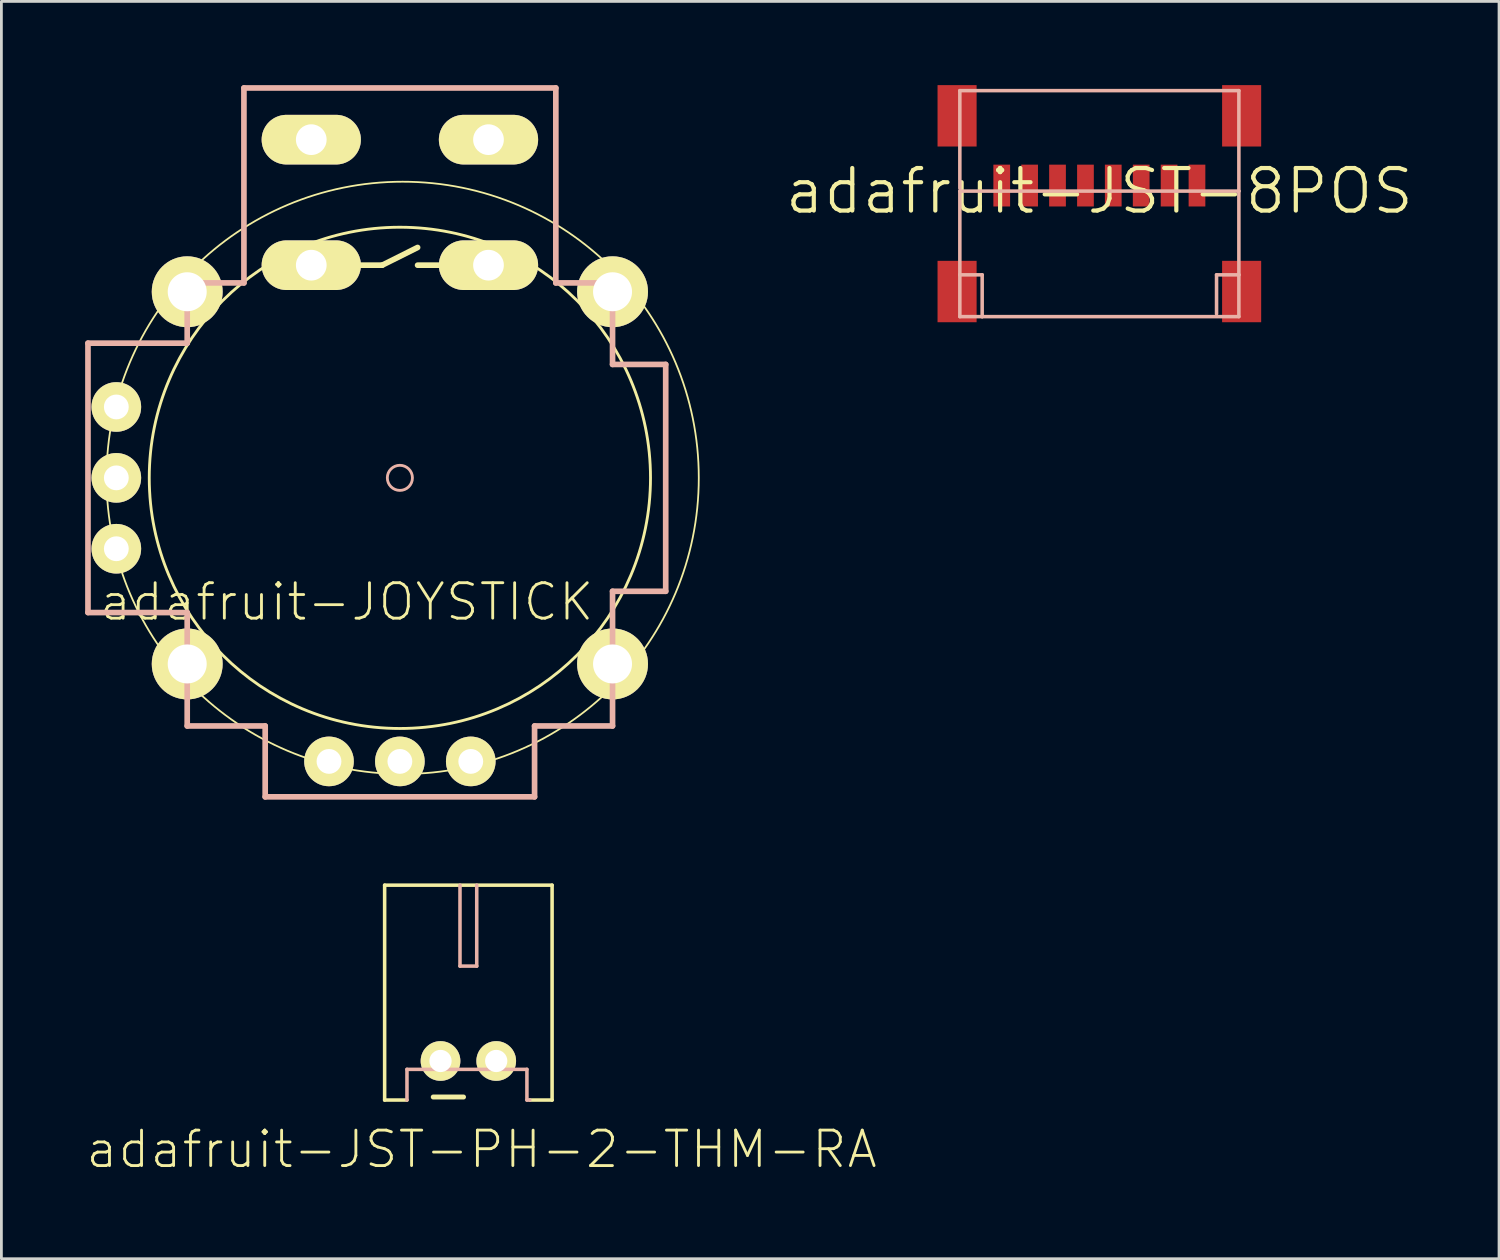
<source format=kicad_pcb>
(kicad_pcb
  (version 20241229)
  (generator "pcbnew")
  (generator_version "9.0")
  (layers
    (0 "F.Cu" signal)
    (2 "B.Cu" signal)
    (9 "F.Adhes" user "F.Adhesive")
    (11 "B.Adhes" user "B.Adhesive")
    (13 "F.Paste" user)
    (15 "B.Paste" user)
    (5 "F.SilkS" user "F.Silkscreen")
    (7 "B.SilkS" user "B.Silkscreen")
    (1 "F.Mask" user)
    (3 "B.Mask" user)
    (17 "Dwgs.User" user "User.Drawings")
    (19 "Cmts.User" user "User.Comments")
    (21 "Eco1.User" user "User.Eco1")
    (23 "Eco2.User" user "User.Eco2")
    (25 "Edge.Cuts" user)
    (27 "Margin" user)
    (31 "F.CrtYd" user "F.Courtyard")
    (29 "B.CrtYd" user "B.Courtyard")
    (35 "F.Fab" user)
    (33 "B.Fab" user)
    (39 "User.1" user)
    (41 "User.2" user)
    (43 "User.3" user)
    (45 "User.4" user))
  (footprint "adafruit-JST-PH-2-THM-RA"
    (layer "F.Cu")
    (at 13.732 34.966)
    (property "Reference" "adafruit-JST-PH-2-THM-RA" (at 0.475 3.165 0) (layer "F.SilkS") (effects (font (size 1.27 1.27) (thickness 0.102))))
    (attr exclude_from_pos_files exclude_from_bom)
    (fp_line (start -3 -6.299) (end 3 -6.299) (stroke (width 0.127) (type solid)) (layer "F.SilkS"))
    (fp_line (start -3 1.4) (end -3 -6.299) (stroke (width 0.127) (type solid)) (layer "F.SilkS"))
    (fp_line (start -2.2 1.4) (end -3 1.4) (stroke (width 0.127) (type solid)) (layer "F.SilkS"))
    (fp_line (start 3 -6.299) (end 3 1.4) (stroke (width 0.127) (type solid)) (layer "F.SilkS"))
    (fp_line (start 3 1.4) (end 2.2 1.4) (stroke (width 0.127) (type solid)) (layer "F.SilkS"))
    (fp_line (start -2.2 0.3) (end 2.098 0.3) (stroke (width 0.127) (type solid)) (layer "B.SilkS"))
    (fp_line (start -2.2 1.4) (end -2.2 0.3) (stroke (width 0.127) (type solid)) (layer "B.SilkS"))
    (fp_line (start -0.3 -6.299) (end -0.3 -3.399) (stroke (width 0.127) (type solid)) (layer "B.SilkS"))
    (fp_line (start -0.3 -3.399) (end 0.3 -3.399) (stroke (width 0.127) (type solid)) (layer "B.SilkS"))
    (fp_line (start 0.3 -3.399) (end 0.3 -6.299) (stroke (width 0.127) (type solid)) (layer "B.SilkS"))
    (fp_line (start 2.098 0.3) (end 2.098 1.4) (stroke (width 0.127) (type solid)) (layer "B.SilkS"))
    (fp_line (start 2.098 1.4) (end 2.2 1.4) (stroke (width 0.127) (type solid)) (layer "B.SilkS"))
    (fp_text user "-" (at -0.716 1.184 0) (layer "F.SilkS") (effects (font (size 1.422 1.422) (thickness 0.178))))
    (pad "1" thru_hole circle (at 0.998 0) (size 1.422 1.422) (drill 0.798) (layers "*.Cu" "F.Mask" "F.SilkS" "F.Paste"))
    (pad "2" thru_hole circle (at -0.998 0) (size 1.422 1.422) (drill 0.798) (layers "*.Cu" "F.Mask" "F.SilkS" "F.Paste")))
  (footprint "adafruit-JOYSTICK"
    (layer "F.Cu")
    (at 11.278 14.072)
    (property "Reference" "adafruit-JOYSTICK" (at -1.905 4.445 0) (layer "F.SilkS") (effects (font (size 1.27 1.27) (thickness 0.102))))
    (attr exclude_from_pos_files exclude_from_bom)
    (fp_line (start -1.905 -7.62) (end -0.635 -7.62) (stroke (width 0.203) (type solid)) (layer "F.SilkS"))
    (fp_line (start -0.635 -7.62) (end 0.635 -8.255) (stroke (width 0.203) (type solid)) (layer "F.SilkS"))
    (fp_line (start 0.635 -7.62) (end 1.905 -7.62) (stroke (width 0.203) (type solid)) (layer "F.SilkS"))
    (fp_circle (center 0 0) (end -6.35 6.35) (stroke (width 0.102) (type solid)) (fill no) (layer "F.SilkS"))
    (fp_circle (center 0.099 0) (end 7.602 7.503) (stroke (width 0.064) (type solid)) (fill no) (layer "F.SilkS"))
    (fp_line (start -11.176 -4.826) (end -11.176 4.826) (stroke (width 0.203) (type solid)) (layer "B.SilkS"))
    (fp_line (start -7.62 -4.826) (end -11.176 -4.826) (stroke (width 0.203) (type solid)) (layer "B.SilkS"))
    (fp_line (start -7.62 -4.826) (end -7.62 -6.985) (stroke (width 0.203) (type solid)) (layer "B.SilkS"))
    (fp_line (start -7.62 4.826) (end -11.176 4.826) (stroke (width 0.203) (type solid)) (layer "B.SilkS"))
    (fp_line (start -7.62 4.826) (end -7.62 8.89) (stroke (width 0.203) (type solid)) (layer "B.SilkS"))
    (fp_line (start -5.588 -13.97) (end -5.588 -6.985) (stroke (width 0.203) (type solid)) (layer "B.SilkS"))
    (fp_line (start -5.588 -6.985) (end -7.62 -6.985) (stroke (width 0.203) (type solid)) (layer "B.SilkS"))
    (fp_line (start -4.826 8.89) (end -7.62 8.89) (stroke (width 0.203) (type solid)) (layer "B.SilkS"))
    (fp_line (start -4.826 11.43) (end -4.826 8.89) (stroke (width 0.203) (type solid)) (layer "B.SilkS"))
    (fp_line (start 4.826 8.89) (end 7.62 8.89) (stroke (width 0.203) (type solid)) (layer "B.SilkS"))
    (fp_line (start 4.826 11.43) (end -4.826 11.43) (stroke (width 0.203) (type solid)) (layer "B.SilkS"))
    (fp_line (start 4.826 11.43) (end 4.826 8.89) (stroke (width 0.203) (type solid)) (layer "B.SilkS"))
    (fp_line (start 5.588 -13.97) (end -5.588 -13.97) (stroke (width 0.203) (type solid)) (layer "B.SilkS"))
    (fp_line (start 5.588 -13.97) (end 5.588 -6.985) (stroke (width 0.203) (type solid)) (layer "B.SilkS"))
    (fp_line (start 7.62 -6.985) (end 5.588 -6.985) (stroke (width 0.203) (type solid)) (layer "B.SilkS"))
    (fp_line (start 7.62 -4.064) (end 7.62 -6.985) (stroke (width 0.203) (type solid)) (layer "B.SilkS"))
    (fp_line (start 7.62 -4.064) (end 9.525 -4.064) (stroke (width 0.203) (type solid)) (layer "B.SilkS"))
    (fp_line (start 7.62 4.064) (end 7.62 8.89) (stroke (width 0.203) (type solid)) (layer "B.SilkS"))
    (fp_line (start 7.62 4.064) (end 9.525 4.064) (stroke (width 0.203) (type solid)) (layer "B.SilkS"))
    (fp_line (start 9.525 -4.064) (end 9.525 4.064) (stroke (width 0.203) (type solid)) (layer "B.SilkS"))
    (fp_circle (center 0 0) (end -0.318 0.318) (stroke (width 0.102) (type solid)) (fill no) (layer "B.SilkS"))
    (pad "B1A" thru_hole oval (at -3.175 -12.118 90) (size 1.778 3.556) (drill 1.1) (layers "*.Cu" "F.Mask" "F.SilkS" "F.Paste"))
    (pad "B1B" thru_hole oval (at 3.175 -12.118 90) (size 1.778 3.556) (drill 1.1) (layers "*.Cu" "F.Mask" "F.SilkS" "F.Paste"))
    (pad "B2A" thru_hole oval (at -3.175 -7.62 90) (size 1.778 3.556) (drill 1.1) (layers "*.Cu" "F.Mask" "F.SilkS" "F.Paste"))
    (pad "B2B" thru_hole oval (at 3.175 -7.62 90) (size 1.778 3.556) (drill 1.1) (layers "*.Cu" "F.Mask" "F.SilkS" "F.Paste"))
    (pad "H1" thru_hole circle (at -2.54 10.16 90) (size 1.778 1.778) (drill 0.889) (layers "*.Cu" "F.Mask" "F.SilkS" "F.Paste"))
    (pad "H2" thru_hole circle (at 0 10.16 90) (size 1.778 1.778) (drill 0.889) (layers "*.Cu" "F.Mask" "F.SilkS" "F.Paste"))
    (pad "H3" thru_hole circle (at 2.54 10.16 90) (size 1.778 1.778) (drill 0.889) (layers "*.Cu" "F.Mask" "F.SilkS" "F.Paste"))
    (pad "MOUN" thru_hole circle (at -7.62 -6.668 90) (size 2.54 2.54) (drill 1.397) (layers "*.Cu" "F.Mask" "F.SilkS" "F.Paste"))
    (pad "MOUN" thru_hole circle (at -7.62 6.668 90) (size 2.54 2.54) (drill 1.397) (layers "*.Cu" "F.Mask" "F.SilkS" "F.Paste"))
    (pad "MOUN" thru_hole circle (at 7.62 -6.668 90) (size 2.54 2.54) (drill 1.397) (layers "*.Cu" "F.Mask" "F.SilkS" "F.Paste"))
    (pad "MOUN" thru_hole circle (at 7.62 6.668 90) (size 2.54 2.54) (drill 1.397) (layers "*.Cu" "F.Mask" "F.SilkS" "F.Paste"))
    (pad "V1" thru_hole circle (at -10.16 -2.54 90) (size 1.778 1.778) (drill 0.889) (layers "*.Cu" "F.Mask" "F.SilkS" "F.Paste"))
    (pad "V2" thru_hole circle (at -10.16 0 90) (size 1.778 1.778) (drill 0.889) (layers "*.Cu" "F.Mask" "F.SilkS" "F.Paste"))
    (pad "V3" thru_hole circle (at -10.16 2.54 90) (size 1.778 1.778) (drill 0.889) (layers "*.Cu" "F.Mask" "F.SilkS" "F.Paste")))
  (footprint "adafruit-JST-8POS"
    (layer "F.Cu")
    (at 36.341 3.797)
    (property "Reference" "adafruit-JST-8POS" (at 0 0 0) (layer "F.SilkS") (effects (font (size 1.524 1.524) (thickness 0.15))))
    (attr smd)
    (fp_line (start -4.999 -3.599) (end 4.999 -3.599) (stroke (width 0.127) (type solid)) (layer "B.SilkS"))
    (fp_line (start -4.999 -0.099) (end -4.999 -3.599) (stroke (width 0.127) (type solid)) (layer "B.SilkS"))
    (fp_line (start -4.999 0) (end 4.999 0) (stroke (width 0.127) (type solid)) (layer "B.SilkS"))
    (fp_line (start -4.999 3) (end -4.999 0) (stroke (width 0.127) (type solid)) (layer "B.SilkS"))
    (fp_line (start -4.999 4.498) (end -4.999 3) (stroke (width 0.127) (type solid)) (layer "B.SilkS"))
    (fp_line (start -4.199 3) (end -4.999 3) (stroke (width 0.127) (type solid)) (layer "B.SilkS"))
    (fp_line (start -4.199 4.498) (end -4.999 4.498) (stroke (width 0.127) (type solid)) (layer "B.SilkS"))
    (fp_line (start -4.199 4.498) (end -4.199 3) (stroke (width 0.127) (type solid)) (layer "B.SilkS"))
    (fp_line (start 4.199 3) (end 4.999 3) (stroke (width 0.127) (type solid)) (layer "B.SilkS"))
    (fp_line (start 4.199 4.399) (end 4.199 3) (stroke (width 0.127) (type solid)) (layer "B.SilkS"))
    (fp_line (start 4.999 -3.599) (end 4.999 0) (stroke (width 0.127) (type solid)) (layer "B.SilkS"))
    (fp_line (start 4.999 0) (end 4.999 3) (stroke (width 0.127) (type solid)) (layer "B.SilkS"))
    (fp_line (start 4.999 3) (end 4.999 4.498) (stroke (width 0.127) (type solid)) (layer "B.SilkS"))
    (fp_line (start 4.999 4.498) (end -4.199 4.498) (stroke (width 0.127) (type solid)) (layer "B.SilkS"))
    (pad "1" smd rect (at -3.498 -0.198) (size 0.599 1.499) (layers "F.Cu" "F.Mask" "F.Paste"))
    (pad "2" smd rect (at -2.499 -0.198) (size 0.599 1.499) (layers "F.Cu" "F.Mask" "F.Paste"))
    (pad "3" smd rect (at -1.499 -0.198) (size 0.599 1.499) (layers "F.Cu" "F.Mask" "F.Paste"))
    (pad "4" smd rect (at -0.498 -0.198) (size 0.599 1.499) (layers "F.Cu" "F.Mask" "F.Paste"))
    (pad "5" smd rect (at 0.498 -0.198) (size 0.599 1.499) (layers "F.Cu" "F.Mask" "F.Paste"))
    (pad "6" smd rect (at 1.499 -0.198) (size 0.599 1.499) (layers "F.Cu" "F.Mask" "F.Paste"))
    (pad "7" smd rect (at 2.499 -0.198) (size 0.599 1.499) (layers "F.Cu" "F.Mask" "F.Paste"))
    (pad "8" smd rect (at 3.498 -0.198) (size 0.599 1.499) (layers "F.Cu" "F.Mask" "F.Paste"))
    (pad "MT1" smd rect (at -5.098 3.599) (size 1.4 2.2) (layers "F.Cu" "F.Mask" "F.Paste"))
    (pad "MT2" smd rect (at 5.098 3.599) (size 1.4 2.2) (layers "F.Cu" "F.Mask" "F.Paste"))
    (pad "MT3" smd rect (at -5.098 -2.697) (size 1.4 2.2) (layers "F.Cu" "F.Mask" "F.Paste"))
    (pad "MT4" smd rect (at 5.098 -2.697) (size 1.4 2.2) (layers "F.Cu" "F.Mask" "F.Paste")))
  (gr_rect
    (start -3 -3)
    (end 50.662 42.052)
    (stroke (width 0.1) (type default))
    (fill no)
    (layer "Edge.Cuts")))
</source>
